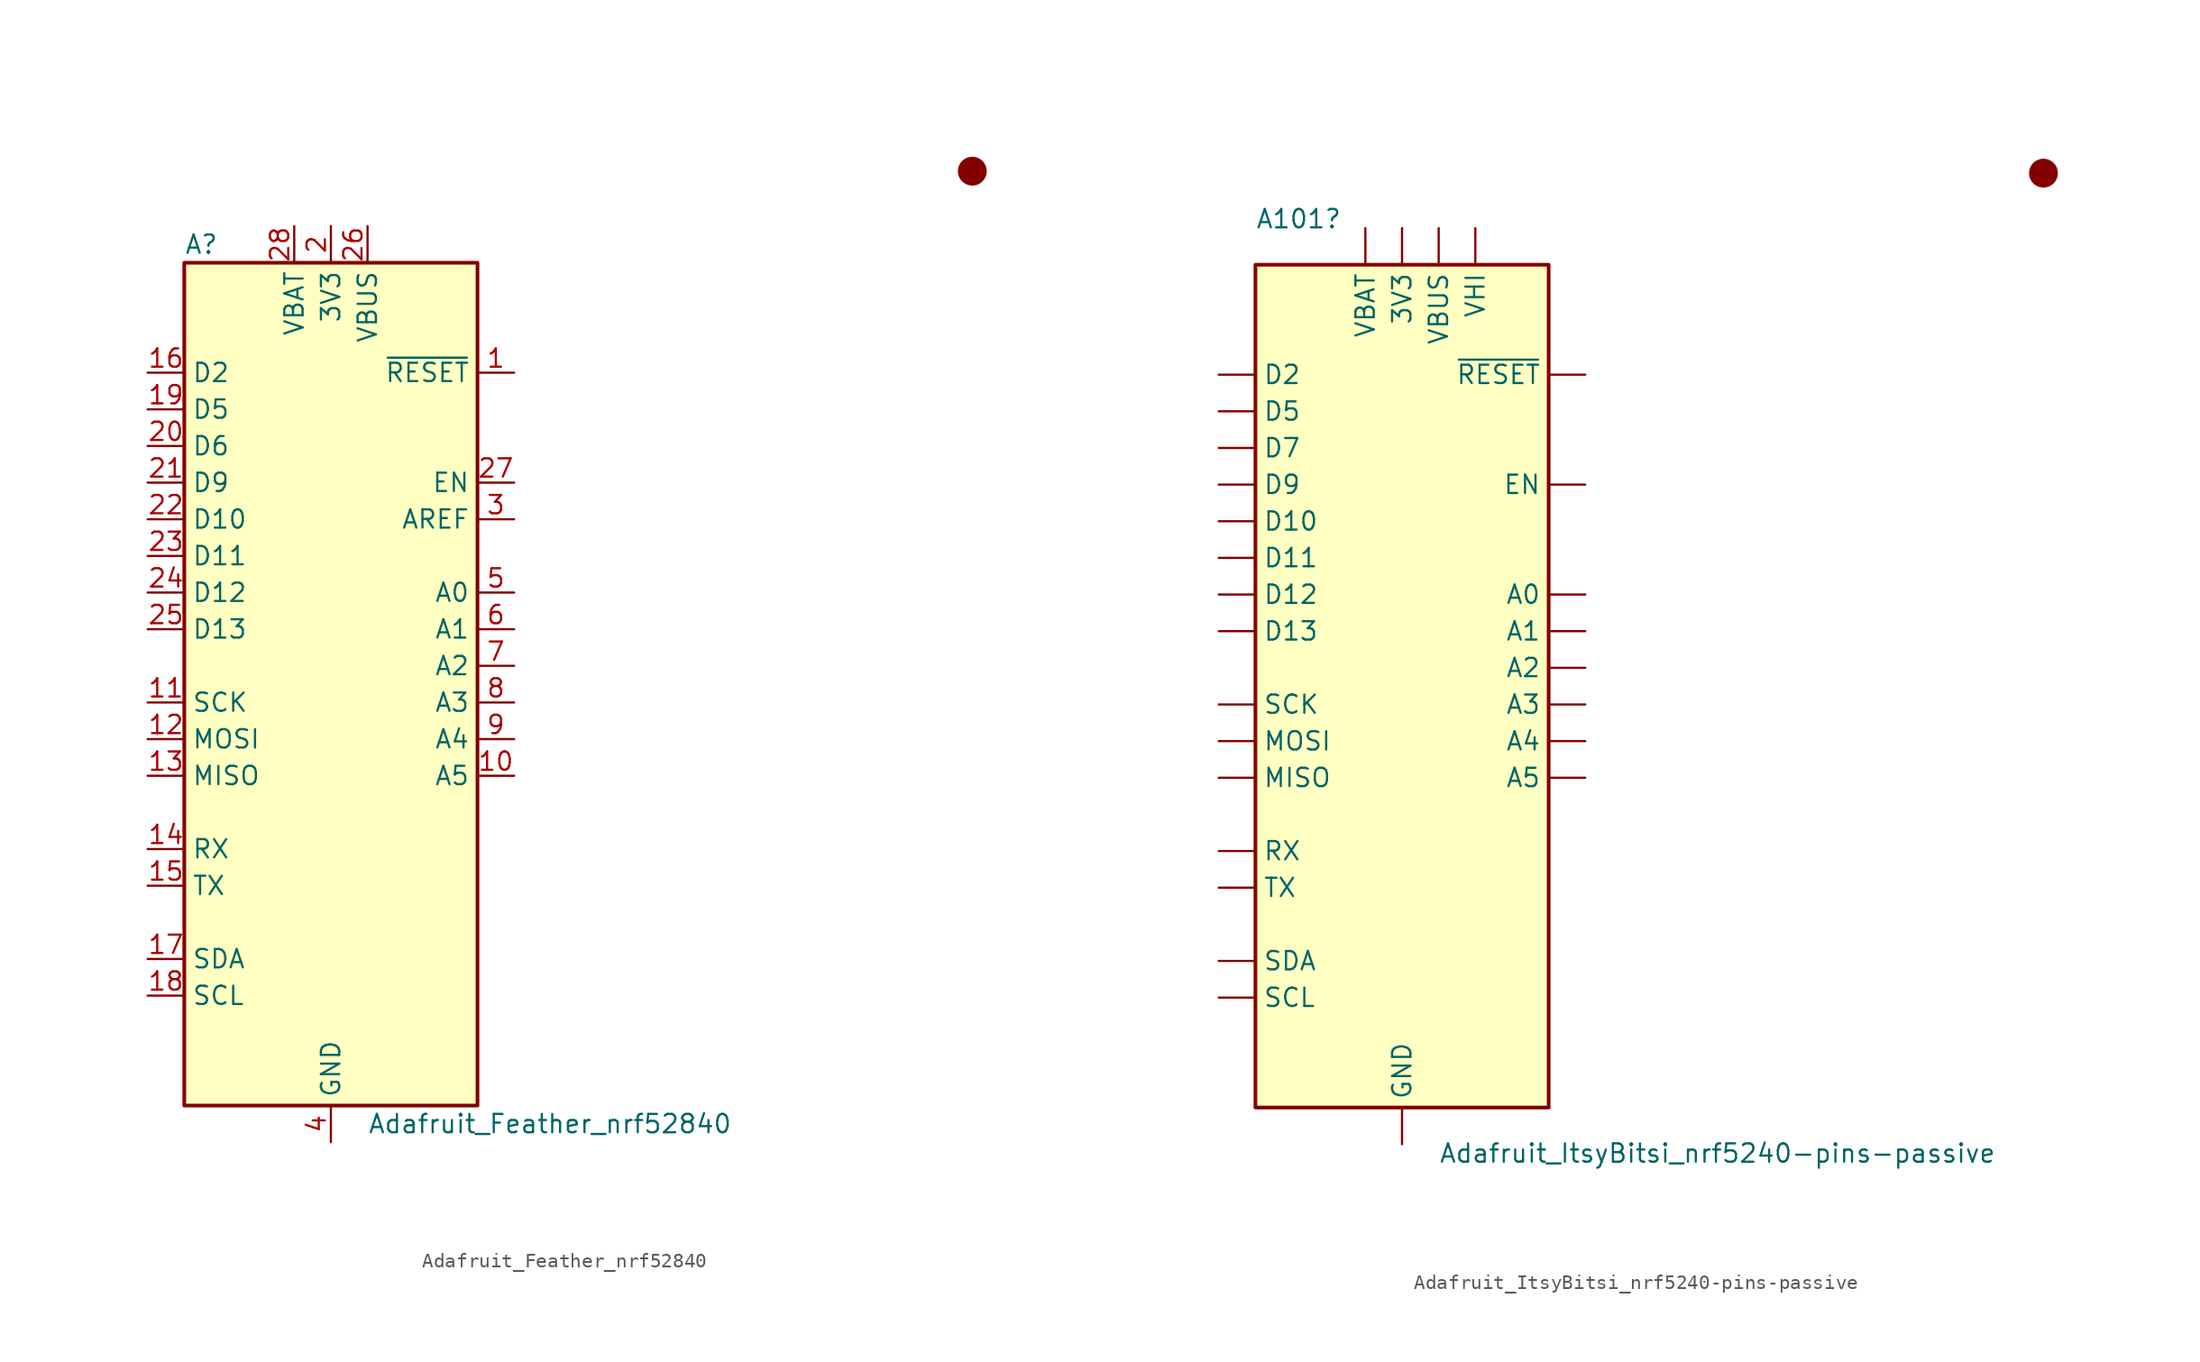
<source format=kicad_sym>
(kicad_symbol_lib
  (version 20211014)
  (generator kicad_symbol_editor)
  (symbol "Adafruit_Feather_nrf52840"
    (property "Reference" "A"
      (at -10.16 29.21 0)
      (effects (font (size 1.27 1.27)) (justify left)))
    (property "Value" "Adafruit_Feather_nrf52840"
      (at 2.54 -31.75 0)
      (effects (font (size 1.27 1.27)) (justify left)))
    (symbol "Adafruit_Feather_nrf52840_0_0"
      (polyline (pts (xy 44.45 34.29) (xy 44.45 34.29)) (stroke (width 0) (type default) (color 0 0 0 0)) (fill (type none)))
      (polyline (pts (xy 44.45 34.29) (xy 44.45 34.29)) (stroke (width 0) (type default) (color 0 0 0 0)) (fill (type none)))
      (polyline (pts (xy 44.45 34.29) (xy 44.45 34.29)) (stroke (width 0) (type default) (color 0 0 0 0)) (fill (type none)))
      (polyline (pts (xy 44.45 34.29) (xy 44.45 34.29)) (stroke (width 0) (type default) (color 0 0 0 0)) (fill (type none)))
      (polyline (pts (xy 44.45 34.29) (xy 44.45 34.29)) (stroke (width 2) (type default) (color 0 0 0 0)) (fill (type none))))
    (symbol "Adafruit_Feather_nrf52840_0_1"
      (rectangle (start -10.16 27.94) (end 10.16 -30.48) (stroke (width 0.254) (type default) (color 0 0 0 0)) (fill (type background))))
    (symbol "Adafruit_Feather_nrf52840_1_1"
      (pin input line (at 12.7 20.32 180) (length 2.54) (name "~{RESET}" (effects (font (size 1.27 1.27)))) (number "1" (effects (font (size 1.27 1.27)))))
      (pin bidirectional line (at 12.7 -7.62 180) (length 2.54) (name "A5" (effects (font (size 1.27 1.27)))) (number "10" (effects (font (size 1.27 1.27)))))
      (pin bidirectional line (at -12.7 -2.54 0) (length 2.54) (name "SCK" (effects (font (size 1.27 1.27)))) (number "11" (effects (font (size 1.27 1.27)))))
      (pin bidirectional line (at -12.7 -5.08 0) (length 2.54) (name "MOSI" (effects (font (size 1.27 1.27)))) (number "12" (effects (font (size 1.27 1.27)))))
      (pin bidirectional line (at -12.7 -7.62 0) (length 2.54) (name "MISO" (effects (font (size 1.27 1.27)))) (number "13" (effects (font (size 1.27 1.27)))))
      (pin bidirectional line (at -12.7 -12.7 0) (length 2.54) (name "RX" (effects (font (size 1.27 1.27)))) (number "14" (effects (font (size 1.27 1.27)))))
      (pin bidirectional line (at -12.7 -15.24 0) (length 2.54) (name "TX" (effects (font (size 1.27 1.27)))) (number "15" (effects (font (size 1.27 1.27)))))
      (pin bidirectional line (at -12.7 20.32 0) (length 2.54) (name "D2" (effects (font (size 1.27 1.27)))) (number "16" (effects (font (size 1.27 1.27)))))
      (pin bidirectional line (at -12.7 -20.32 0) (length 2.54) (name "SDA" (effects (font (size 1.27 1.27)))) (number "17" (effects (font (size 1.27 1.27)))))
      (pin bidirectional line (at -12.7 -22.86 0) (length 2.54) (name "SCL" (effects (font (size 1.27 1.27)))) (number "18" (effects (font (size 1.27 1.27)))))
      (pin bidirectional line (at -12.7 17.78 0) (length 2.54) (name "D5" (effects (font (size 1.27 1.27)))) (number "19" (effects (font (size 1.27 1.27)))))
      (pin power_out line (at 0 30.48 270) (length 2.54) (name "3V3" (effects (font (size 1.27 1.27)))) (number "2" (effects (font (size 1.27 1.27)))))
      (pin bidirectional line (at -12.7 15.24 0) (length 2.54) (name "D6" (effects (font (size 1.27 1.27)))) (number "20" (effects (font (size 1.27 1.27)))))
      (pin bidirectional line (at -12.7 12.7 0) (length 2.54) (name "D9" (effects (font (size 1.27 1.27)))) (number "21" (effects (font (size 1.27 1.27)))))
      (pin bidirectional line (at -12.7 10.16 0) (length 2.54) (name "D10" (effects (font (size 1.27 1.27)))) (number "22" (effects (font (size 1.27 1.27)))))
      (pin bidirectional line (at -12.7 7.62 0) (length 2.54) (name "D11" (effects (font (size 1.27 1.27)))) (number "23" (effects (font (size 1.27 1.27)))))
      (pin bidirectional line (at -12.7 5.08 0) (length 2.54) (name "D12" (effects (font (size 1.27 1.27)))) (number "24" (effects (font (size 1.27 1.27)))))
      (pin bidirectional line (at -12.7 2.54 0) (length 2.54) (name "D13" (effects (font (size 1.27 1.27)))) (number "25" (effects (font (size 1.27 1.27)))))
      (pin power_out line (at 2.54 30.48 270) (length 2.54) (name "VBUS" (effects (font (size 1.27 1.27)))) (number "26" (effects (font (size 1.27 1.27)))))
      (pin input line (at 12.7 12.7 180) (length 2.54) (name "EN" (effects (font (size 1.27 1.27)))) (number "27" (effects (font (size 1.27 1.27)))))
      (pin power_out line (at -2.54 30.48 270) (length 2.54) (name "VBAT" (effects (font (size 1.27 1.27)))) (number "28" (effects (font (size 1.27 1.27)))))
      (pin input line (at 12.7 10.16 180) (length 2.54) (name "AREF" (effects (font (size 1.27 1.27)))) (number "3" (effects (font (size 1.27 1.27)))))
      (pin power_out line (at 0 -33.02 90) (length 2.54) (name "GND" (effects (font (size 1.27 1.27)))) (number "4" (effects (font (size 1.27 1.27)))))
      (pin bidirectional line (at 12.7 5.08 180) (length 2.54) (name "A0" (effects (font (size 1.27 1.27)))) (number "5" (effects (font (size 1.27 1.27)))))
      (pin bidirectional line (at 12.7 2.54 180) (length 2.54) (name "A1" (effects (font (size 1.27 1.27)))) (number "6" (effects (font (size 1.27 1.27)))))
      (pin bidirectional line (at 12.7 0 180) (length 2.54) (name "A2" (effects (font (size 1.27 1.27)))) (number "7" (effects (font (size 1.27 1.27)))))
      (pin bidirectional line (at 12.7 -2.54 180) (length 2.54) (name "A3" (effects (font (size 1.27 1.27)))) (number "8" (effects (font (size 1.27 1.27)))))
      (pin bidirectional line (at 12.7 -5.08 180) (length 2.54) (name "A4" (effects (font (size 1.27 1.27)))) (number "9" (effects (font (size 1.27 1.27)))))))
  (symbol "Adafruit_ItsyBitsi_nrf5240-pins-passive"
    (pin_numbers hide)
    (property "Reference" "A101"
      (at -10.16 31.115 0)
      (effects (font (size 1.27 1.27)) (justify left)))
    (property "Value" "Adafruit_ItsyBitsi_nrf5240-pins-passive"
      (at 2.54 -33.655 0)
      (effects (font (size 1.27 1.27)) (justify left)))
    (symbol "Adafruit_ItsyBitsi_nrf5240-pins-passive_0_0"
      (polyline (pts (xy 44.45 34.29) (xy 44.45 34.29)) (stroke (width 0) (type default) (color 0 0 0 0)) (fill (type none)))
      (polyline (pts (xy 44.45 34.29) (xy 44.45 34.29)) (stroke (width 0) (type default) (color 0 0 0 0)) (fill (type none)))
      (polyline (pts (xy 44.45 34.29) (xy 44.45 34.29)) (stroke (width 0) (type default) (color 0 0 0 0)) (fill (type none)))
      (polyline (pts (xy 44.45 34.29) (xy 44.45 34.29)) (stroke (width 0) (type default) (color 0 0 0 0)) (fill (type none)))
      (polyline (pts (xy 44.45 34.29) (xy 44.45 34.29)) (stroke (width 2) (type default) (color 0 0 0 0)) (fill (type none)))
      (pin passive line (at -12.7 20.32 0) (length 2.54) (name "D2" (effects (font (size 1.27 1.27)))) (number "14" (effects (font (size 1.27 1.27)))))
      (pin passive line (at 0 -33.02 90) (length 2.54) (name "GND" (effects (font (size 1.27 1.27)))) (number "27" (effects (font (size 1.27 1.27))))))
    (symbol "Adafruit_ItsyBitsi_nrf5240-pins-passive_0_1"
      (rectangle (start -10.16 27.94) (end 10.16 -30.48) (stroke (width 0.254) (type default) (color 0 0 0 0)) (fill (type background))))
    (symbol "Adafruit_ItsyBitsi_nrf5240-pins-passive_1_1"
      (pin passive line (at 12.7 20.32 180) (length 2.54) (name "~{RESET}" (effects (font (size 1.27 1.27)))) (number "1" (effects (font (size 1.27 1.27)))))
      (pin passive line (at 12.7 -7.62 180) (length 2.54) (name "A5" (effects (font (size 1.27 1.27)))) (number "10" (effects (font (size 1.27 1.27)))))
      (pin passive line (at -12.7 -2.54 0) (length 2.54) (name "SCK" (effects (font (size 1.27 1.27)))) (number "11" (effects (font (size 1.27 1.27)))))
      (pin passive line (at -12.7 -5.08 0) (length 2.54) (name "MOSI" (effects (font (size 1.27 1.27)))) (number "12" (effects (font (size 1.27 1.27)))))
      (pin passive line (at -12.7 -7.62 0) (length 2.54) (name "MISO" (effects (font (size 1.27 1.27)))) (number "13" (effects (font (size 1.27 1.27)))))
      (pin passive line (at -12.7 -12.7 0) (length 2.54) (name "RX" (effects (font (size 1.27 1.27)))) (number "15" (effects (font (size 1.27 1.27)))))
      (pin passive line (at -12.7 -15.24 0) (length 2.54) (name "TX" (effects (font (size 1.27 1.27)))) (number "16" (effects (font (size 1.27 1.27)))))
      (pin passive line (at -12.7 -20.32 0) (length 2.54) (name "SDA" (effects (font (size 1.27 1.27)))) (number "17" (effects (font (size 1.27 1.27)))))
      (pin passive line (at -12.7 -22.86 0) (length 2.54) (name "SCL" (effects (font (size 1.27 1.27)))) (number "18" (effects (font (size 1.27 1.27)))))
      (pin passive line (at -12.7 17.78 0) (length 2.54) (name "D5" (effects (font (size 1.27 1.27)))) (number "19" (effects (font (size 1.27 1.27)))))
      (pin passive line (at 0 30.48 270) (length 2.54) (name "3V3" (effects (font (size 1.27 1.27)))) (number "2" (effects (font (size 1.27 1.27)))))
      (pin passive line (at -12.7 15.24 0) (length 2.54) (name "D7" (effects (font (size 1.27 1.27)))) (number "20" (effects (font (size 1.27 1.27)))))
      (pin passive line (at -12.7 12.7 0) (length 2.54) (name "D9" (effects (font (size 1.27 1.27)))) (number "21" (effects (font (size 1.27 1.27)))))
      (pin passive line (at -12.7 10.16 0) (length 2.54) (name "D10" (effects (font (size 1.27 1.27)))) (number "22" (effects (font (size 1.27 1.27)))))
      (pin passive line (at -12.7 7.62 0) (length 2.54) (name "D11" (effects (font (size 1.27 1.27)))) (number "23" (effects (font (size 1.27 1.27)))))
      (pin passive line (at -12.7 5.08 0) (length 2.54) (name "D12" (effects (font (size 1.27 1.27)))) (number "24" (effects (font (size 1.27 1.27)))))
      (pin passive line (at -12.7 2.54 0) (length 2.54) (name "D13" (effects (font (size 1.27 1.27)))) (number "25" (effects (font (size 1.27 1.27)))))
      (pin passive line (at 2.54 30.48 270) (length 2.54) (name "VBUS" (effects (font (size 1.27 1.27)))) (number "26" (effects (font (size 1.27 1.27)))))
      (pin passive line (at -2.54 30.48 270) (length 2.54) (name "VBAT" (effects (font (size 1.27 1.27)))) (number "28" (effects (font (size 1.27 1.27)))))
      (pin passive line (at 12.7 12.7 180) (length 2.54) (name "EN" (effects (font (size 1.27 1.27)))) (number "3" (effects (font (size 1.27 1.27)))))
      (pin passive line (at 5.08 30.48 270) (length 2.54) (name "VHI" (effects (font (size 1.27 1.27)))) (number "4" (effects (font (size 1.27 1.27)))))
      (pin passive line (at 12.7 5.08 180) (length 2.54) (name "A0" (effects (font (size 1.27 1.27)))) (number "5" (effects (font (size 1.27 1.27)))))
      (pin passive line (at 12.7 2.54 180) (length 2.54) (name "A1" (effects (font (size 1.27 1.27)))) (number "6" (effects (font (size 1.27 1.27)))))
      (pin passive line (at 12.7 0 180) (length 2.54) (name "A2" (effects (font (size 1.27 1.27)))) (number "7" (effects (font (size 1.27 1.27)))))
      (pin passive line (at 12.7 -2.54 180) (length 2.54) (name "A3" (effects (font (size 1.27 1.27)))) (number "8" (effects (font (size 1.27 1.27)))))
      (pin passive line (at 12.7 -5.08 180) (length 2.54) (name "A4" (effects (font (size 1.27 1.27)))) (number "9" (effects (font (size 1.27 1.27))))))))
</source>
